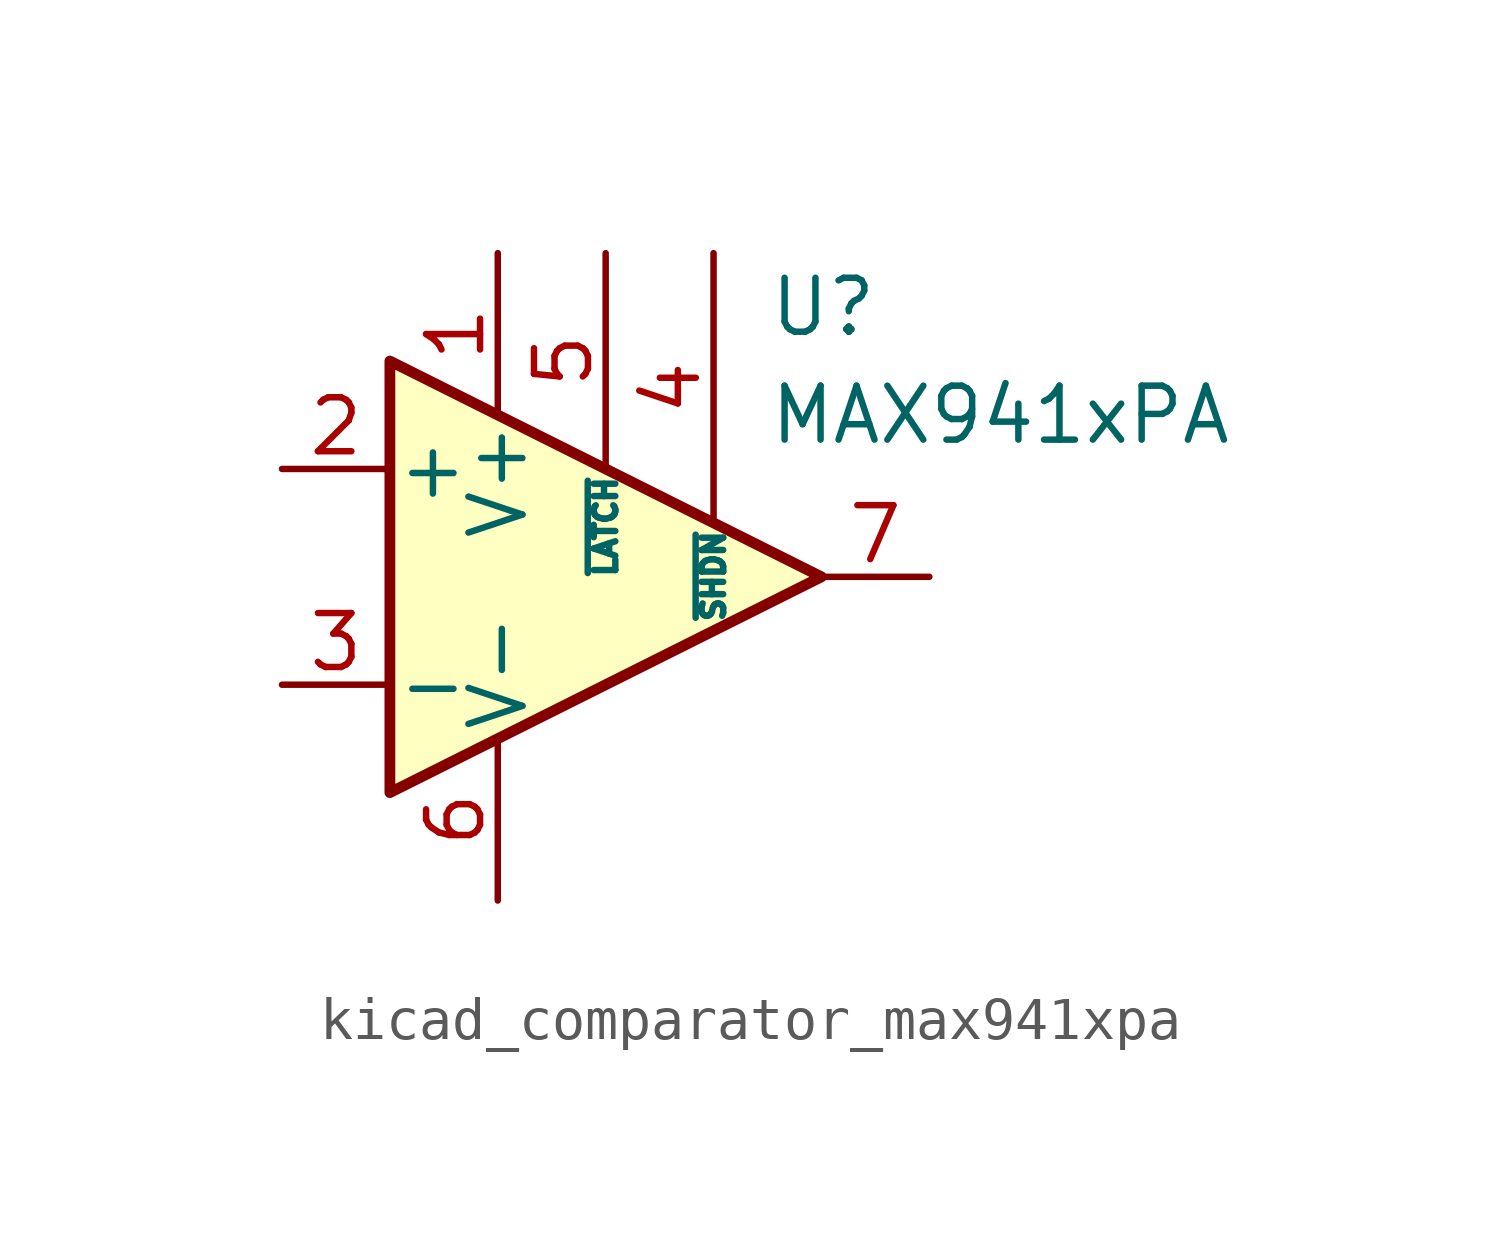
<source format=kicad_sym>
(kicad_symbol_lib
  (version 20220914)
  (generator kicad_symbol_editor)
  (symbol "kicad_comparator_max941xpa"
    (pin_names
      (offset 0.127))
    (property "Reference" "U"
      (at 3.81 6.35 0)
      (effects (font (size 1.27 1.27)) (justify left)))
    (property "Value" "MAX941xPA"
      (at 3.81 3.81 0)
      (effects (font (size 1.27 1.27)) (justify left)))
    (symbol "kicad_comparator_max941xpa_0_1"
      (polyline (pts (xy -5.08 5.08) (xy -5.08 -5.08) (xy 5.08 0) (xy -5.08 5.08)) (stroke (width 0.254) (type default)) (fill (type background))))
    (symbol "kicad_comparator_max941xpa_1_1"
      (pin power_in line (at -2.54 7.62 270) (length 3.81) (name "V+" (effects (font (size 1.27 1.27)))) (number "1" (effects (font (size 1.27 1.27)))))
      (pin input line (at -7.62 2.54 0) (length 2.54) (name "+" (effects (font (size 1.27 1.27)))) (number "2" (effects (font (size 1.27 1.27)))))
      (pin input line (at -7.62 -2.54 0) (length 2.54) (name "-" (effects (font (size 1.27 1.27)))) (number "3" (effects (font (size 1.27 1.27)))))
      (pin input line (at 2.54 7.62 270) (length 6.35) (name "~{SHDN}" (effects (font (size 0.508 0.508)))) (number "4" (effects (font (size 1.27 1.27)))))
      (pin input line (at 0 7.62 270) (length 5.08) (name "~{LATCH}" (effects (font (size 0.508 0.508)))) (number "5" (effects (font (size 1.27 1.27)))))
      (pin power_in line (at -2.54 -7.62 90) (length 3.81) (name "V-" (effects (font (size 1.27 1.27)))) (number "6" (effects (font (size 1.27 1.27)))))
      (pin output line (at 7.62 0 180) (length 2.54) (name "~" (effects (font (size 1.27 1.27)))) (number "7" (effects (font (size 1.27 1.27)))))
      (pin no_connect line (at 0 -2.54 90) (length 2.54) hide (name "NC" (effects (font (size 0.508 0.508)))) (number "8" (effects (font (size 1.27 1.27))))))))
</source>
